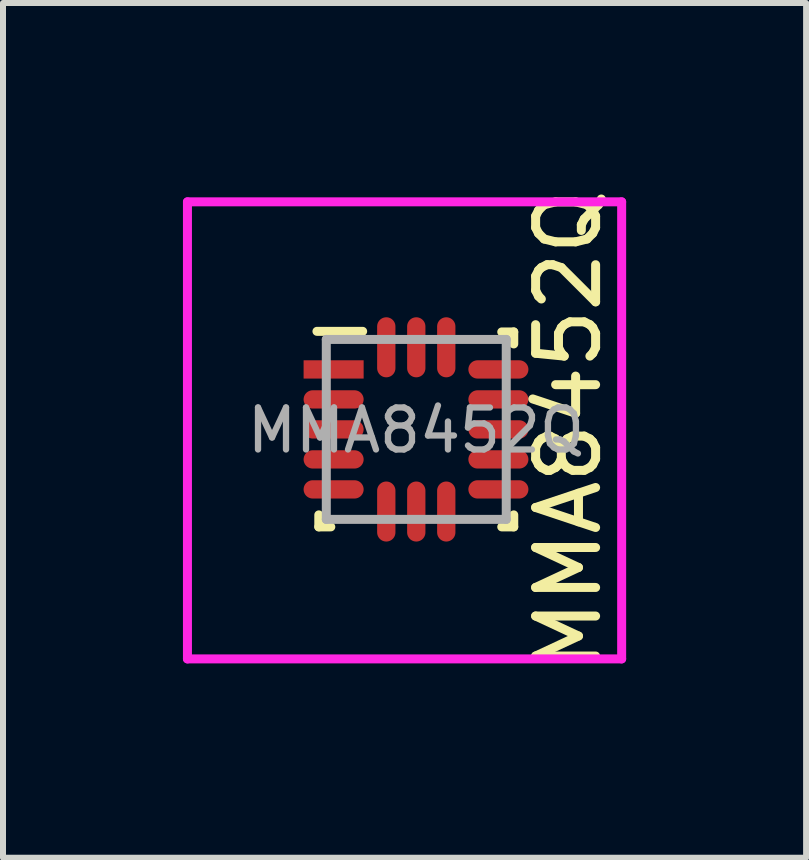
<source format=kicad_pcb>
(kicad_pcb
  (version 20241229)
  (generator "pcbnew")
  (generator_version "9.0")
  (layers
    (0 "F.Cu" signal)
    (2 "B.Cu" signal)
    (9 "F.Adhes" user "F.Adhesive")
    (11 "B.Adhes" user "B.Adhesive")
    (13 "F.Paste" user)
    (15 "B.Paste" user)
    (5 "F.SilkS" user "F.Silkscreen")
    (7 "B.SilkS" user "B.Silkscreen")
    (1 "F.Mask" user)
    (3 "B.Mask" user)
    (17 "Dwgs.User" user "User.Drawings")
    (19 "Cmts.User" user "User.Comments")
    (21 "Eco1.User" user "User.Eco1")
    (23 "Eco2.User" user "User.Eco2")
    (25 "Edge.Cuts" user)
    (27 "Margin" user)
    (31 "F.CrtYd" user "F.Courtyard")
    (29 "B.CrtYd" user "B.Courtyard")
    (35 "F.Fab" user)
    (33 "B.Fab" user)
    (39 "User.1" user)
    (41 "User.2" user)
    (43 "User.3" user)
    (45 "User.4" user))
  (footprint "MMA8452Q"
    (layer "F.Cu")
    (at 3.885 4.125)
    (property "Reference" "MMA8452Q" (at 2.54 0 270) (layer "F.SilkS") (effects (font (size 1 1) (thickness 0.15))))
    (attr smd)
    (fp_line (start -1.651 -1.651) (end -0.889 -1.651) (stroke (width 0.15) (type solid)) (layer "F.SilkS"))
    (fp_line (start -1.62 1.609) (end -1.62 1.409) (stroke (width 0.15) (type solid)) (layer "F.SilkS"))
    (fp_line (start -1.62 1.609) (end -1.42 1.609) (stroke (width 0.15) (type solid)) (layer "F.SilkS"))
    (fp_line (start 1.63 -1.641) (end 1.43 -1.641) (stroke (width 0.15) (type solid)) (layer "F.SilkS"))
    (fp_line (start 1.63 -1.641) (end 1.63 -1.441) (stroke (width 0.15) (type solid)) (layer "F.SilkS"))
    (fp_line (start 1.63 1.609) (end 1.43 1.609) (stroke (width 0.15) (type solid)) (layer "F.SilkS"))
    (fp_line (start 1.63 1.609) (end 1.63 1.409) (stroke (width 0.15) (type solid)) (layer "F.SilkS"))
    (fp_line (start -3.81 -3.81) (end -3.81 3.81) (stroke (width 0.15) (type solid)) (layer "F.CrtYd"))
    (fp_line (start -3.81 3.81) (end 3.429 3.81) (stroke (width 0.15) (type solid)) (layer "F.CrtYd"))
    (fp_line (start 3.429 -3.81) (end -3.81 -3.81) (stroke (width 0.15) (type solid)) (layer "F.CrtYd"))
    (fp_line (start 3.429 3.81) (end 3.429 -3.81) (stroke (width 0.15) (type solid)) (layer "F.CrtYd"))
    (fp_line (start -1.495 -1.516) (end -1.495 1.484) (stroke (width 0.15) (type solid)) (layer "F.Fab"))
    (fp_line (start -1.495 -1.516) (end 1.505 -1.516) (stroke (width 0.15) (type solid)) (layer "F.Fab"))
    (fp_line (start -1.495 1.484) (end 1.505 1.484) (stroke (width 0.15) (type solid)) (layer "F.Fab"))
    (fp_line (start 1.505 -1.516) (end 1.505 1.484) (stroke (width 0.15) (type solid)) (layer "F.Fab"))
    (fp_text user "${REFERENCE}" (at 0 0 0) (layer "F.Fab") (effects (font (size 0.7 0.7) (thickness 0.105))))
    (pad "1" smd rect (at -1.373 -1.016) (size 1.001 0.305) (layers "F.Cu" "F.Mask" "F.Paste"))
    (pad "2" smd oval (at -1.373 -0.516) (size 1.001 0.305) (layers "F.Cu" "F.Mask" "F.Paste"))
    (pad "3" smd oval (at -1.373 -0.016) (size 1.001 0.305) (layers "F.Cu" "F.Mask" "F.Paste"))
    (pad "4" smd oval (at -1.373 0.484) (size 1.001 0.305) (layers "F.Cu" "F.Mask" "F.Paste"))
    (pad "5" smd oval (at -1.373 0.984 180) (size 1.001 0.305) (layers "F.Cu" "F.Mask" "F.Paste"))
    (pad "6" smd oval (at -0.495 1.353 90) (size 1.001 0.305) (layers "F.Cu" "F.Mask" "F.Paste"))
    (pad "7" smd oval (at 0.005 1.353 90) (size 1.001 0.305) (layers "F.Cu" "F.Mask" "F.Paste"))
    (pad "8" smd oval (at 0.505 1.353 90) (size 1.001 0.305) (layers "F.Cu" "F.Mask" "F.Paste"))
    (pad "9" smd oval (at 1.374 0.984) (size 1.001 0.305) (layers "F.Cu" "F.Mask" "F.Paste"))
    (pad "10" smd oval (at 1.374 0.484) (size 1.001 0.305) (layers "F.Cu" "F.Mask" "F.Paste"))
    (pad "11" smd oval (at 1.374 -0.016) (size 1.001 0.305) (layers "F.Cu" "F.Mask" "F.Paste"))
    (pad "12" smd oval (at 1.374 -0.516) (size 1.001 0.305) (layers "F.Cu" "F.Mask" "F.Paste"))
    (pad "13" smd oval (at 1.374 -1.016 180) (size 1.001 0.305) (layers "F.Cu" "F.Mask" "F.Paste"))
    (pad "14" smd oval (at 0.505 -1.385 90) (size 1.001 0.305) (layers "F.Cu" "F.Mask" "F.Paste"))
    (pad "15" smd oval (at 0.005 -1.385 90) (size 1.001 0.305) (layers "F.Cu" "F.Mask" "F.Paste"))
    (pad "16" smd oval (at -0.495 -1.385 90) (size 1.001 0.305) (layers "F.Cu" "F.Mask" "F.Paste")))
  (gr_rect
    (start -3 -3)
    (end 10.389 11.25)
    (stroke (width 0.1) (type default))
    (fill no)
    (layer "Edge.Cuts")))
</source>
